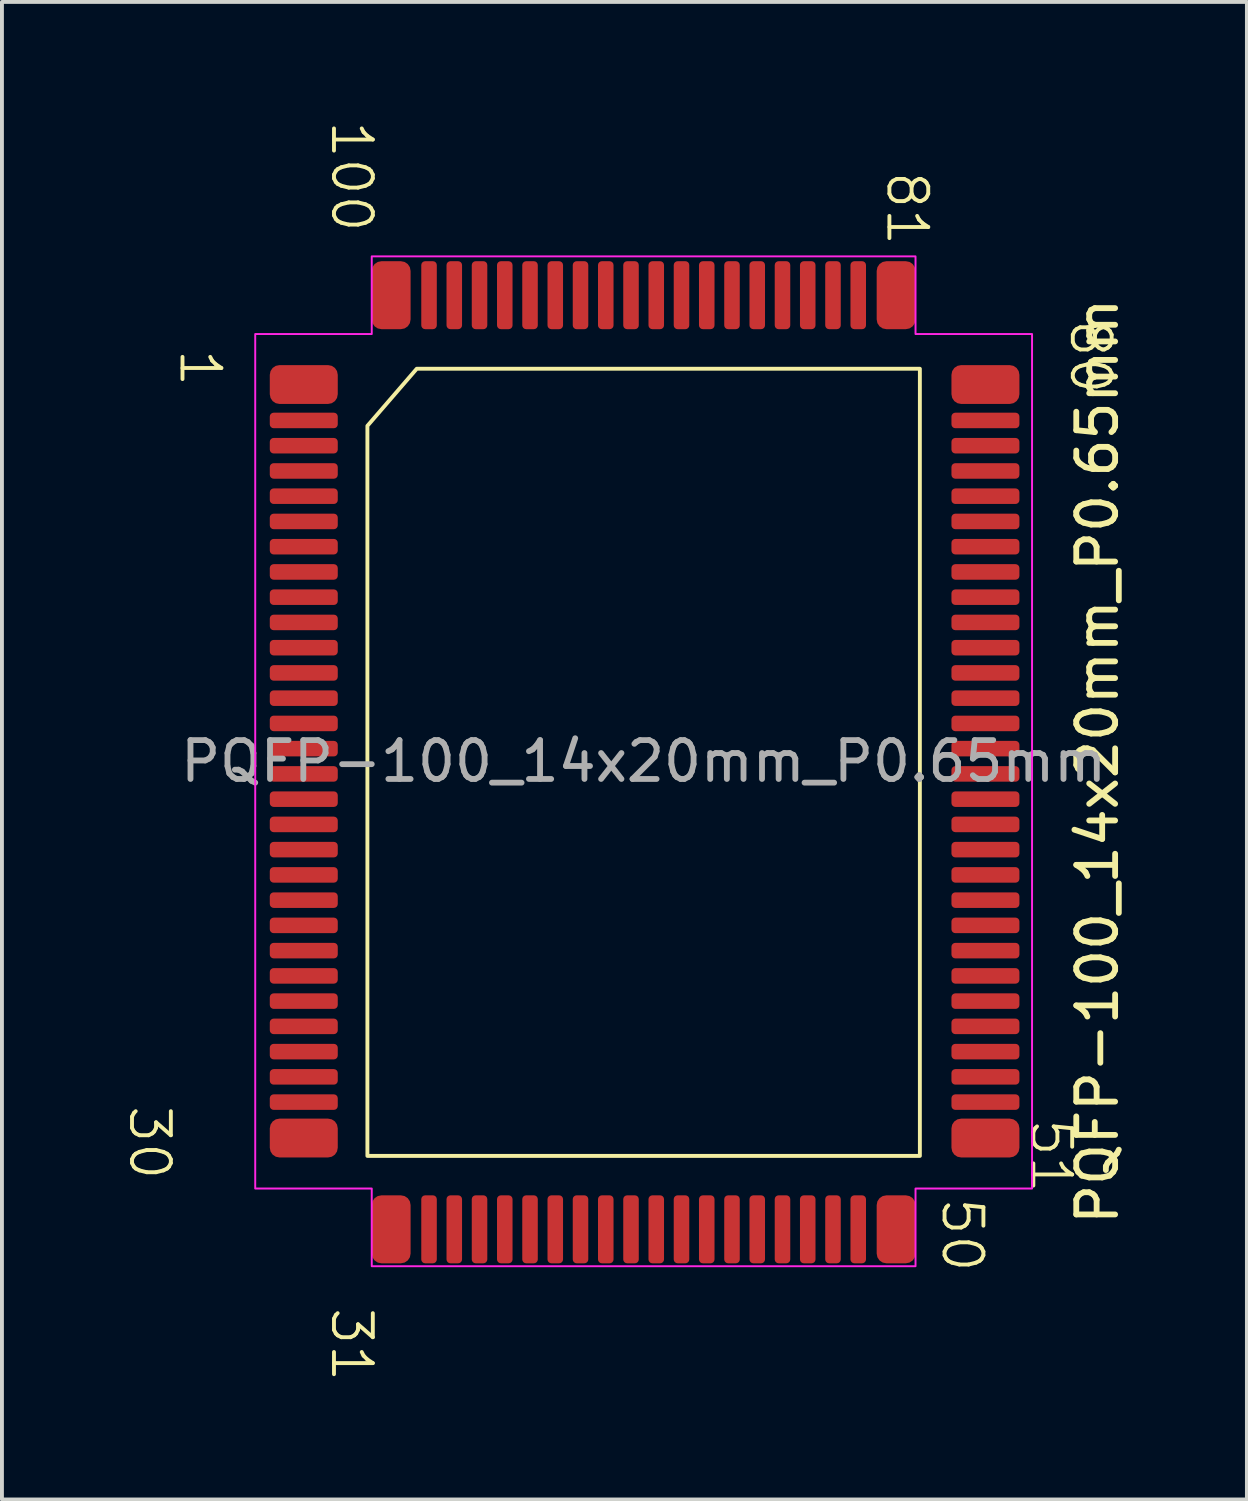
<source format=kicad_pcb>
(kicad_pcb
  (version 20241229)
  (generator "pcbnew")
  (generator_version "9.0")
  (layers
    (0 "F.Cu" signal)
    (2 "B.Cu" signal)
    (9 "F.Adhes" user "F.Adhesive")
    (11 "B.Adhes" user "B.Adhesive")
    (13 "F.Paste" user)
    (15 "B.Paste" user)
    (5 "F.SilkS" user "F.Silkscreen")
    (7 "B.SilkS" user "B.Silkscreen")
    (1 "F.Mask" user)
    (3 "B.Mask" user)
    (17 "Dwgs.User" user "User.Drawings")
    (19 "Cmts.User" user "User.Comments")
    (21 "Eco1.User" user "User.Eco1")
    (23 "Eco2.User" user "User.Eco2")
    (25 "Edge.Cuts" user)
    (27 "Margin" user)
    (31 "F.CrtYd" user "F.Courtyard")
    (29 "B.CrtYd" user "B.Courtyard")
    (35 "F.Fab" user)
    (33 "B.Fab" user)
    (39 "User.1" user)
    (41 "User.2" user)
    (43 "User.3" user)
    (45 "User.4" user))
  (footprint "PQFP-100_14x20mm_P0.65mm"
    (layer "F.Cu")
    (at 13.521 16.55)
    (property "Reference" "PQFP-100_14x20mm_P0.65mm" (at 11.684 0 90) (layer "F.SilkS") (effects (font (size 1 1) (thickness 0.15))))
    (attr smd)
    (fp_rect (start -11 12) (end -9 14) (stroke (width 0.1) (type solid)) (fill yes) (layer "F.Mask"))
    (fp_rect (start 8.5 -14) (end 10.5 -12) (stroke (width 0.1) (type solid)) (fill yes) (layer "F.Mask"))
    (fp_poly (pts (xy 7.112 10.16) (xy -7.112 10.16) (xy -7.112 -8.636) (xy -5.842 -10.106) (xy 7.112 -10.106)) (stroke (width 0.1) (type solid)) (fill no) (layer "F.SilkS"))
    (fp_poly (pts (xy -7 13) (xy 7 13) (xy 7 11) (xy 10 11) (xy 10 -11) (xy 7 -11) (xy 7 -13) (xy -7 -13) (xy -7 -11) (xy -10 -11) (xy -10 11) (xy -7 11)) (stroke (width 0.05) (type solid)) (fill no) (layer "F.CrtYd"))
    (fp_text user "50" (at 7.62 11.176 270) (unlocked yes) (layer "F.SilkS") (effects (font (size 1 1) (thickness 0.1)) (justify left bottom)))
    (fp_text user "1" (at -12 -10.668 270) (unlocked yes) (layer "F.SilkS") (effects (font (size 1 1) (thickness 0.1)) (justify left bottom)))
    (fp_text user "51" (at 9.906 9.144 270) (unlocked yes) (layer "F.SilkS") (effects (font (size 1 1) (thickness 0.1)) (justify left bottom)))
    (fp_text user "81" (at 6.2 -15.25 270) (unlocked yes) (layer "F.SilkS") (effects (font (size 1 1) (thickness 0.1)) (justify left bottom)))
    (fp_text user "100" (at -8.1 -16.55 270) (unlocked yes) (layer "F.SilkS") (effects (font (size 1 1) (thickness 0.1)) (justify left bottom)))
    (fp_text user "80" (at 10.922 -11.43 270) (unlocked yes) (layer "F.SilkS") (effects (font (size 1 1) (thickness 0.1)) (justify left bottom)))
    (fp_text user "30" (at -13.3 8.8 270) (unlocked yes) (layer "F.SilkS") (effects (font (size 1 1) (thickness 0.1)) (justify left bottom)))
    (fp_text user "31" (at -8.1 14 270) (unlocked yes) (layer "F.SilkS") (effects (font (size 1 1) (thickness 0.1)) (justify left bottom)))
    (fp_text user "${REFERENCE}" (at 0 0 0) (layer "F.Fab") (effects (font (size 1 1) (thickness 0.15))))
    (pad "1" smd roundrect (at -8.75 -9.7) (size 1.75 1) (layers "F.Cu" "F.Mask" "F.Paste") (roundrect_rratio 0.25))
    (pad "2" smd roundrect (at -8.75 -8.775) (size 1.75 0.4) (layers "F.Cu" "F.Mask" "F.Paste") (roundrect_rratio 0.25))
    (pad "3" smd roundrect (at -8.75 -8.125) (size 1.75 0.4) (layers "F.Cu" "F.Mask" "F.Paste") (roundrect_rratio 0.25))
    (pad "4" smd roundrect (at -8.75 -7.475) (size 1.75 0.4) (layers "F.Cu" "F.Mask" "F.Paste") (roundrect_rratio 0.25))
    (pad "5" smd roundrect (at -8.75 -6.825) (size 1.75 0.4) (layers "F.Cu" "F.Mask" "F.Paste") (roundrect_rratio 0.25))
    (pad "6" smd roundrect (at -8.75 -6.175) (size 1.75 0.4) (layers "F.Cu" "F.Mask" "F.Paste") (roundrect_rratio 0.25))
    (pad "7" smd roundrect (at -8.75 -5.525) (size 1.75 0.4) (layers "F.Cu" "F.Mask" "F.Paste") (roundrect_rratio 0.25))
    (pad "8" smd roundrect (at -8.75 -4.875) (size 1.75 0.4) (layers "F.Cu" "F.Mask" "F.Paste") (roundrect_rratio 0.25))
    (pad "9" smd roundrect (at -8.75 -4.225) (size 1.75 0.4) (layers "F.Cu" "F.Mask" "F.Paste") (roundrect_rratio 0.25))
    (pad "10" smd roundrect (at -8.75 -3.575) (size 1.75 0.4) (layers "F.Cu" "F.Mask" "F.Paste") (roundrect_rratio 0.25))
    (pad "11" smd roundrect (at -8.75 -2.925) (size 1.75 0.4) (layers "F.Cu" "F.Mask" "F.Paste") (roundrect_rratio 0.25))
    (pad "12" smd roundrect (at -8.75 -2.275) (size 1.75 0.4) (layers "F.Cu" "F.Mask" "F.Paste") (roundrect_rratio 0.25))
    (pad "13" smd roundrect (at -8.75 -1.625) (size 1.75 0.4) (layers "F.Cu" "F.Mask" "F.Paste") (roundrect_rratio 0.25))
    (pad "14" smd roundrect (at -8.75 -0.975) (size 1.75 0.4) (layers "F.Cu" "F.Mask" "F.Paste") (roundrect_rratio 0.25))
    (pad "15" smd roundrect (at -8.75 -0.325) (size 1.75 0.4) (layers "F.Cu" "F.Mask" "F.Paste") (roundrect_rratio 0.25))
    (pad "16" smd roundrect (at -8.75 0.325) (size 1.75 0.4) (layers "F.Cu" "F.Mask" "F.Paste") (roundrect_rratio 0.25))
    (pad "17" smd roundrect (at -8.75 0.975) (size 1.75 0.4) (layers "F.Cu" "F.Mask" "F.Paste") (roundrect_rratio 0.25))
    (pad "18" smd roundrect (at -8.75 1.625) (size 1.75 0.4) (layers "F.Cu" "F.Mask" "F.Paste") (roundrect_rratio 0.25))
    (pad "19" smd roundrect (at -8.75 2.275) (size 1.75 0.4) (layers "F.Cu" "F.Mask" "F.Paste") (roundrect_rratio 0.25))
    (pad "20" smd roundrect (at -8.75 2.925) (size 1.75 0.4) (layers "F.Cu" "F.Mask" "F.Paste") (roundrect_rratio 0.25))
    (pad "21" smd roundrect (at -8.75 3.575) (size 1.75 0.4) (layers "F.Cu" "F.Mask" "F.Paste") (roundrect_rratio 0.25))
    (pad "22" smd roundrect (at -8.75 4.225) (size 1.75 0.4) (layers "F.Cu" "F.Mask" "F.Paste") (roundrect_rratio 0.25))
    (pad "23" smd roundrect (at -8.75 4.875) (size 1.75 0.4) (layers "F.Cu" "F.Mask" "F.Paste") (roundrect_rratio 0.25))
    (pad "24" smd roundrect (at -8.75 5.525) (size 1.75 0.4) (layers "F.Cu" "F.Mask" "F.Paste") (roundrect_rratio 0.25))
    (pad "25" smd roundrect (at -8.75 6.175) (size 1.75 0.4) (layers "F.Cu" "F.Mask" "F.Paste") (roundrect_rratio 0.25))
    (pad "26" smd roundrect (at -8.75 6.825) (size 1.75 0.4) (layers "F.Cu" "F.Mask" "F.Paste") (roundrect_rratio 0.25))
    (pad "27" smd roundrect (at -8.75 7.475) (size 1.75 0.4) (layers "F.Cu" "F.Mask" "F.Paste") (roundrect_rratio 0.25))
    (pad "28" smd roundrect (at -8.75 8.125) (size 1.75 0.4) (layers "F.Cu" "F.Mask" "F.Paste") (roundrect_rratio 0.25))
    (pad "29" smd roundrect (at -8.75 8.775) (size 1.75 0.4) (layers "F.Cu" "F.Mask" "F.Paste") (roundrect_rratio 0.25))
    (pad "30" smd roundrect (at -8.75 9.7) (size 1.75 1) (layers "F.Cu" "F.Mask" "F.Paste") (roundrect_rratio 0.25))
    (pad "31" smd roundrect (at -6.5 12.05) (size 1 1.75) (layers "F.Cu" "F.Mask" "F.Paste") (roundrect_rratio 0.25))
    (pad "32" smd roundrect (at -5.525 12.05) (size 0.4 1.75) (layers "F.Cu" "F.Mask" "F.Paste") (roundrect_rratio 0.25))
    (pad "33" smd roundrect (at -4.875 12.05) (size 0.4 1.75) (layers "F.Cu" "F.Mask" "F.Paste") (roundrect_rratio 0.25))
    (pad "34" smd roundrect (at -4.225 12.05) (size 0.4 1.75) (layers "F.Cu" "F.Mask" "F.Paste") (roundrect_rratio 0.25))
    (pad "35" smd roundrect (at -3.575 12.05) (size 0.4 1.75) (layers "F.Cu" "F.Mask" "F.Paste") (roundrect_rratio 0.25))
    (pad "36" smd roundrect (at -2.925 12.05) (size 0.4 1.75) (layers "F.Cu" "F.Mask" "F.Paste") (roundrect_rratio 0.25))
    (pad "37" smd roundrect (at -2.275 12.05) (size 0.4 1.75) (layers "F.Cu" "F.Mask" "F.Paste") (roundrect_rratio 0.25))
    (pad "38" smd roundrect (at -1.625 12.05) (size 0.4 1.75) (layers "F.Cu" "F.Mask" "F.Paste") (roundrect_rratio 0.25))
    (pad "39" smd roundrect (at -0.975 12.05) (size 0.4 1.75) (layers "F.Cu" "F.Mask" "F.Paste") (roundrect_rratio 0.25))
    (pad "40" smd roundrect (at -0.325 12.05) (size 0.4 1.75) (layers "F.Cu" "F.Mask" "F.Paste") (roundrect_rratio 0.25))
    (pad "41" smd roundrect (at 0.325 12.05) (size 0.4 1.75) (layers "F.Cu" "F.Mask" "F.Paste") (roundrect_rratio 0.25))
    (pad "42" smd roundrect (at 0.975 12.05) (size 0.4 1.75) (layers "F.Cu" "F.Mask" "F.Paste") (roundrect_rratio 0.25))
    (pad "43" smd roundrect (at 1.625 12.05) (size 0.4 1.75) (layers "F.Cu" "F.Mask" "F.Paste") (roundrect_rratio 0.25))
    (pad "44" smd roundrect (at 2.275 12.05) (size 0.4 1.75) (layers "F.Cu" "F.Mask" "F.Paste") (roundrect_rratio 0.25))
    (pad "45" smd roundrect (at 2.925 12.05) (size 0.4 1.75) (layers "F.Cu" "F.Mask" "F.Paste") (roundrect_rratio 0.25))
    (pad "46" smd roundrect (at 3.575 12.05) (size 0.4 1.75) (layers "F.Cu" "F.Mask" "F.Paste") (roundrect_rratio 0.25))
    (pad "47" smd roundrect (at 4.225 12.05) (size 0.4 1.75) (layers "F.Cu" "F.Mask" "F.Paste") (roundrect_rratio 0.25))
    (pad "48" smd roundrect (at 4.875 12.05) (size 0.4 1.75) (layers "F.Cu" "F.Mask" "F.Paste") (roundrect_rratio 0.25))
    (pad "49" smd roundrect (at 5.525 12.05) (size 0.4 1.75) (layers "F.Cu" "F.Mask" "F.Paste") (roundrect_rratio 0.25))
    (pad "50" smd roundrect (at 6.5 12.05) (size 1 1.75) (layers "F.Cu" "F.Mask" "F.Paste") (roundrect_rratio 0.25))
    (pad "51" smd roundrect (at 8.8 9.7) (size 1.75 1) (layers "F.Cu" "F.Mask" "F.Paste") (roundrect_rratio 0.25))
    (pad "52" smd roundrect (at 8.8 8.775) (size 1.75 0.4) (layers "F.Cu" "F.Mask" "F.Paste") (roundrect_rratio 0.25))
    (pad "53" smd roundrect (at 8.8 8.125) (size 1.75 0.4) (layers "F.Cu" "F.Mask" "F.Paste") (roundrect_rratio 0.25))
    (pad "54" smd roundrect (at 8.8 7.475) (size 1.75 0.4) (layers "F.Cu" "F.Mask" "F.Paste") (roundrect_rratio 0.25))
    (pad "55" smd roundrect (at 8.8 6.825) (size 1.75 0.4) (layers "F.Cu" "F.Mask" "F.Paste") (roundrect_rratio 0.25))
    (pad "56" smd roundrect (at 8.8 6.175) (size 1.75 0.4) (layers "F.Cu" "F.Mask" "F.Paste") (roundrect_rratio 0.25))
    (pad "57" smd roundrect (at 8.8 5.525) (size 1.75 0.4) (layers "F.Cu" "F.Mask" "F.Paste") (roundrect_rratio 0.25))
    (pad "58" smd roundrect (at 8.8 4.875) (size 1.75 0.4) (layers "F.Cu" "F.Mask" "F.Paste") (roundrect_rratio 0.25))
    (pad "59" smd roundrect (at 8.8 4.225) (size 1.75 0.4) (layers "F.Cu" "F.Mask" "F.Paste") (roundrect_rratio 0.25))
    (pad "60" smd roundrect (at 8.8 3.575) (size 1.75 0.4) (layers "F.Cu" "F.Mask" "F.Paste") (roundrect_rratio 0.25))
    (pad "61" smd roundrect (at 8.8 2.925) (size 1.75 0.4) (layers "F.Cu" "F.Mask" "F.Paste") (roundrect_rratio 0.25))
    (pad "62" smd roundrect (at 8.8 2.275) (size 1.75 0.4) (layers "F.Cu" "F.Mask" "F.Paste") (roundrect_rratio 0.25))
    (pad "63" smd roundrect (at 8.8 1.625) (size 1.75 0.4) (layers "F.Cu" "F.Mask" "F.Paste") (roundrect_rratio 0.25))
    (pad "64" smd roundrect (at 8.8 0.975) (size 1.75 0.4) (layers "F.Cu" "F.Mask" "F.Paste") (roundrect_rratio 0.25))
    (pad "65" smd roundrect (at 8.8 0.325) (size 1.75 0.4) (layers "F.Cu" "F.Mask" "F.Paste") (roundrect_rratio 0.25))
    (pad "66" smd roundrect (at 8.8 -0.325) (size 1.75 0.4) (layers "F.Cu" "F.Mask" "F.Paste") (roundrect_rratio 0.25))
    (pad "67" smd roundrect (at 8.8 -0.975) (size 1.75 0.4) (layers "F.Cu" "F.Mask" "F.Paste") (roundrect_rratio 0.25))
    (pad "68" smd roundrect (at 8.8 -1.625) (size 1.75 0.4) (layers "F.Cu" "F.Mask" "F.Paste") (roundrect_rratio 0.25))
    (pad "69" smd roundrect (at 8.8 -2.275) (size 1.75 0.4) (layers "F.Cu" "F.Mask" "F.Paste") (roundrect_rratio 0.25))
    (pad "70" smd roundrect (at 8.8 -2.925) (size 1.75 0.4) (layers "F.Cu" "F.Mask" "F.Paste") (roundrect_rratio 0.25))
    (pad "71" smd roundrect (at 8.8 -3.575) (size 1.75 0.4) (layers "F.Cu" "F.Mask" "F.Paste") (roundrect_rratio 0.25))
    (pad "72" smd roundrect (at 8.8 -4.225) (size 1.75 0.4) (layers "F.Cu" "F.Mask" "F.Paste") (roundrect_rratio 0.25))
    (pad "73" smd roundrect (at 8.8 -4.875) (size 1.75 0.4) (layers "F.Cu" "F.Mask" "F.Paste") (roundrect_rratio 0.25))
    (pad "74" smd roundrect (at 8.8 -5.525) (size 1.75 0.4) (layers "F.Cu" "F.Mask" "F.Paste") (roundrect_rratio 0.25))
    (pad "75" smd roundrect (at 8.8 -6.175) (size 1.75 0.4) (layers "F.Cu" "F.Mask" "F.Paste") (roundrect_rratio 0.25))
    (pad "76" smd roundrect (at 8.8 -6.825) (size 1.75 0.4) (layers "F.Cu" "F.Mask" "F.Paste") (roundrect_rratio 0.25))
    (pad "77" smd roundrect (at 8.8 -7.475) (size 1.75 0.4) (layers "F.Cu" "F.Mask" "F.Paste") (roundrect_rratio 0.25))
    (pad "78" smd roundrect (at 8.8 -8.125) (size 1.75 0.4) (layers "F.Cu" "F.Mask" "F.Paste") (roundrect_rratio 0.25))
    (pad "79" smd roundrect (at 8.8 -8.775) (size 1.75 0.4) (layers "F.Cu" "F.Mask" "F.Paste") (roundrect_rratio 0.25))
    (pad "80" smd roundrect (at 8.8 -9.7) (size 1.75 1) (layers "F.Cu" "F.Mask" "F.Paste") (roundrect_rratio 0.25))
    (pad "81" smd roundrect (at 6.5 -12) (size 1 1.75) (layers "F.Cu" "F.Mask" "F.Paste") (roundrect_rratio 0.25))
    (pad "82" smd roundrect (at 5.525 -12) (size 0.4 1.75) (layers "F.Cu" "F.Mask" "F.Paste") (roundrect_rratio 0.25))
    (pad "83" smd roundrect (at 4.875 -12) (size 0.4 1.75) (layers "F.Cu" "F.Mask" "F.Paste") (roundrect_rratio 0.25))
    (pad "84" smd roundrect (at 4.225 -12) (size 0.4 1.75) (layers "F.Cu" "F.Mask" "F.Paste") (roundrect_rratio 0.25))
    (pad "85" smd roundrect (at 3.575 -12) (size 0.4 1.75) (layers "F.Cu" "F.Mask" "F.Paste") (roundrect_rratio 0.25))
    (pad "86" smd roundrect (at 2.925 -12) (size 0.4 1.75) (layers "F.Cu" "F.Mask" "F.Paste") (roundrect_rratio 0.25))
    (pad "87" smd roundrect (at 2.275 -12) (size 0.4 1.75) (layers "F.Cu" "F.Mask" "F.Paste") (roundrect_rratio 0.25))
    (pad "88" smd roundrect (at 1.625 -12) (size 0.4 1.75) (layers "F.Cu" "F.Mask" "F.Paste") (roundrect_rratio 0.25))
    (pad "89" smd roundrect (at 0.975 -12) (size 0.4 1.75) (layers "F.Cu" "F.Mask" "F.Paste") (roundrect_rratio 0.25))
    (pad "90" smd roundrect (at 0.325 -12) (size 0.4 1.75) (layers "F.Cu" "F.Mask" "F.Paste") (roundrect_rratio 0.25))
    (pad "91" smd roundrect (at -0.325 -12) (size 0.4 1.75) (layers "F.Cu" "F.Mask" "F.Paste") (roundrect_rratio 0.25))
    (pad "92" smd roundrect (at -0.975 -12) (size 0.4 1.75) (layers "F.Cu" "F.Mask" "F.Paste") (roundrect_rratio 0.25))
    (pad "93" smd roundrect (at -1.625 -12) (size 0.4 1.75) (layers "F.Cu" "F.Mask" "F.Paste") (roundrect_rratio 0.25))
    (pad "94" smd roundrect (at -2.275 -12) (size 0.4 1.75) (layers "F.Cu" "F.Mask" "F.Paste") (roundrect_rratio 0.25))
    (pad "95" smd roundrect (at -2.925 -12) (size 0.4 1.75) (layers "F.Cu" "F.Mask" "F.Paste") (roundrect_rratio 0.25))
    (pad "96" smd roundrect (at -3.575 -12) (size 0.4 1.75) (layers "F.Cu" "F.Mask" "F.Paste") (roundrect_rratio 0.25))
    (pad "97" smd roundrect (at -4.225 -12) (size 0.4 1.75) (layers "F.Cu" "F.Mask" "F.Paste") (roundrect_rratio 0.25))
    (pad "98" smd roundrect (at -4.875 -12) (size 0.4 1.75) (layers "F.Cu" "F.Mask" "F.Paste") (roundrect_rratio 0.25))
    (pad "99" smd roundrect (at -5.525 -12) (size 0.4 1.75) (layers "F.Cu" "F.Mask" "F.Paste") (roundrect_rratio 0.25))
    (pad "100" smd roundrect (at -6.5 -12) (size 1 1.75) (layers "F.Cu" "F.Mask" "F.Paste") (roundrect_rratio 0.25)))
  (gr_rect
    (start -3 -3)
    (end 29.053 35.555)
    (stroke (width 0.1) (type default))
    (fill no)
    (layer "Edge.Cuts")))
</source>
